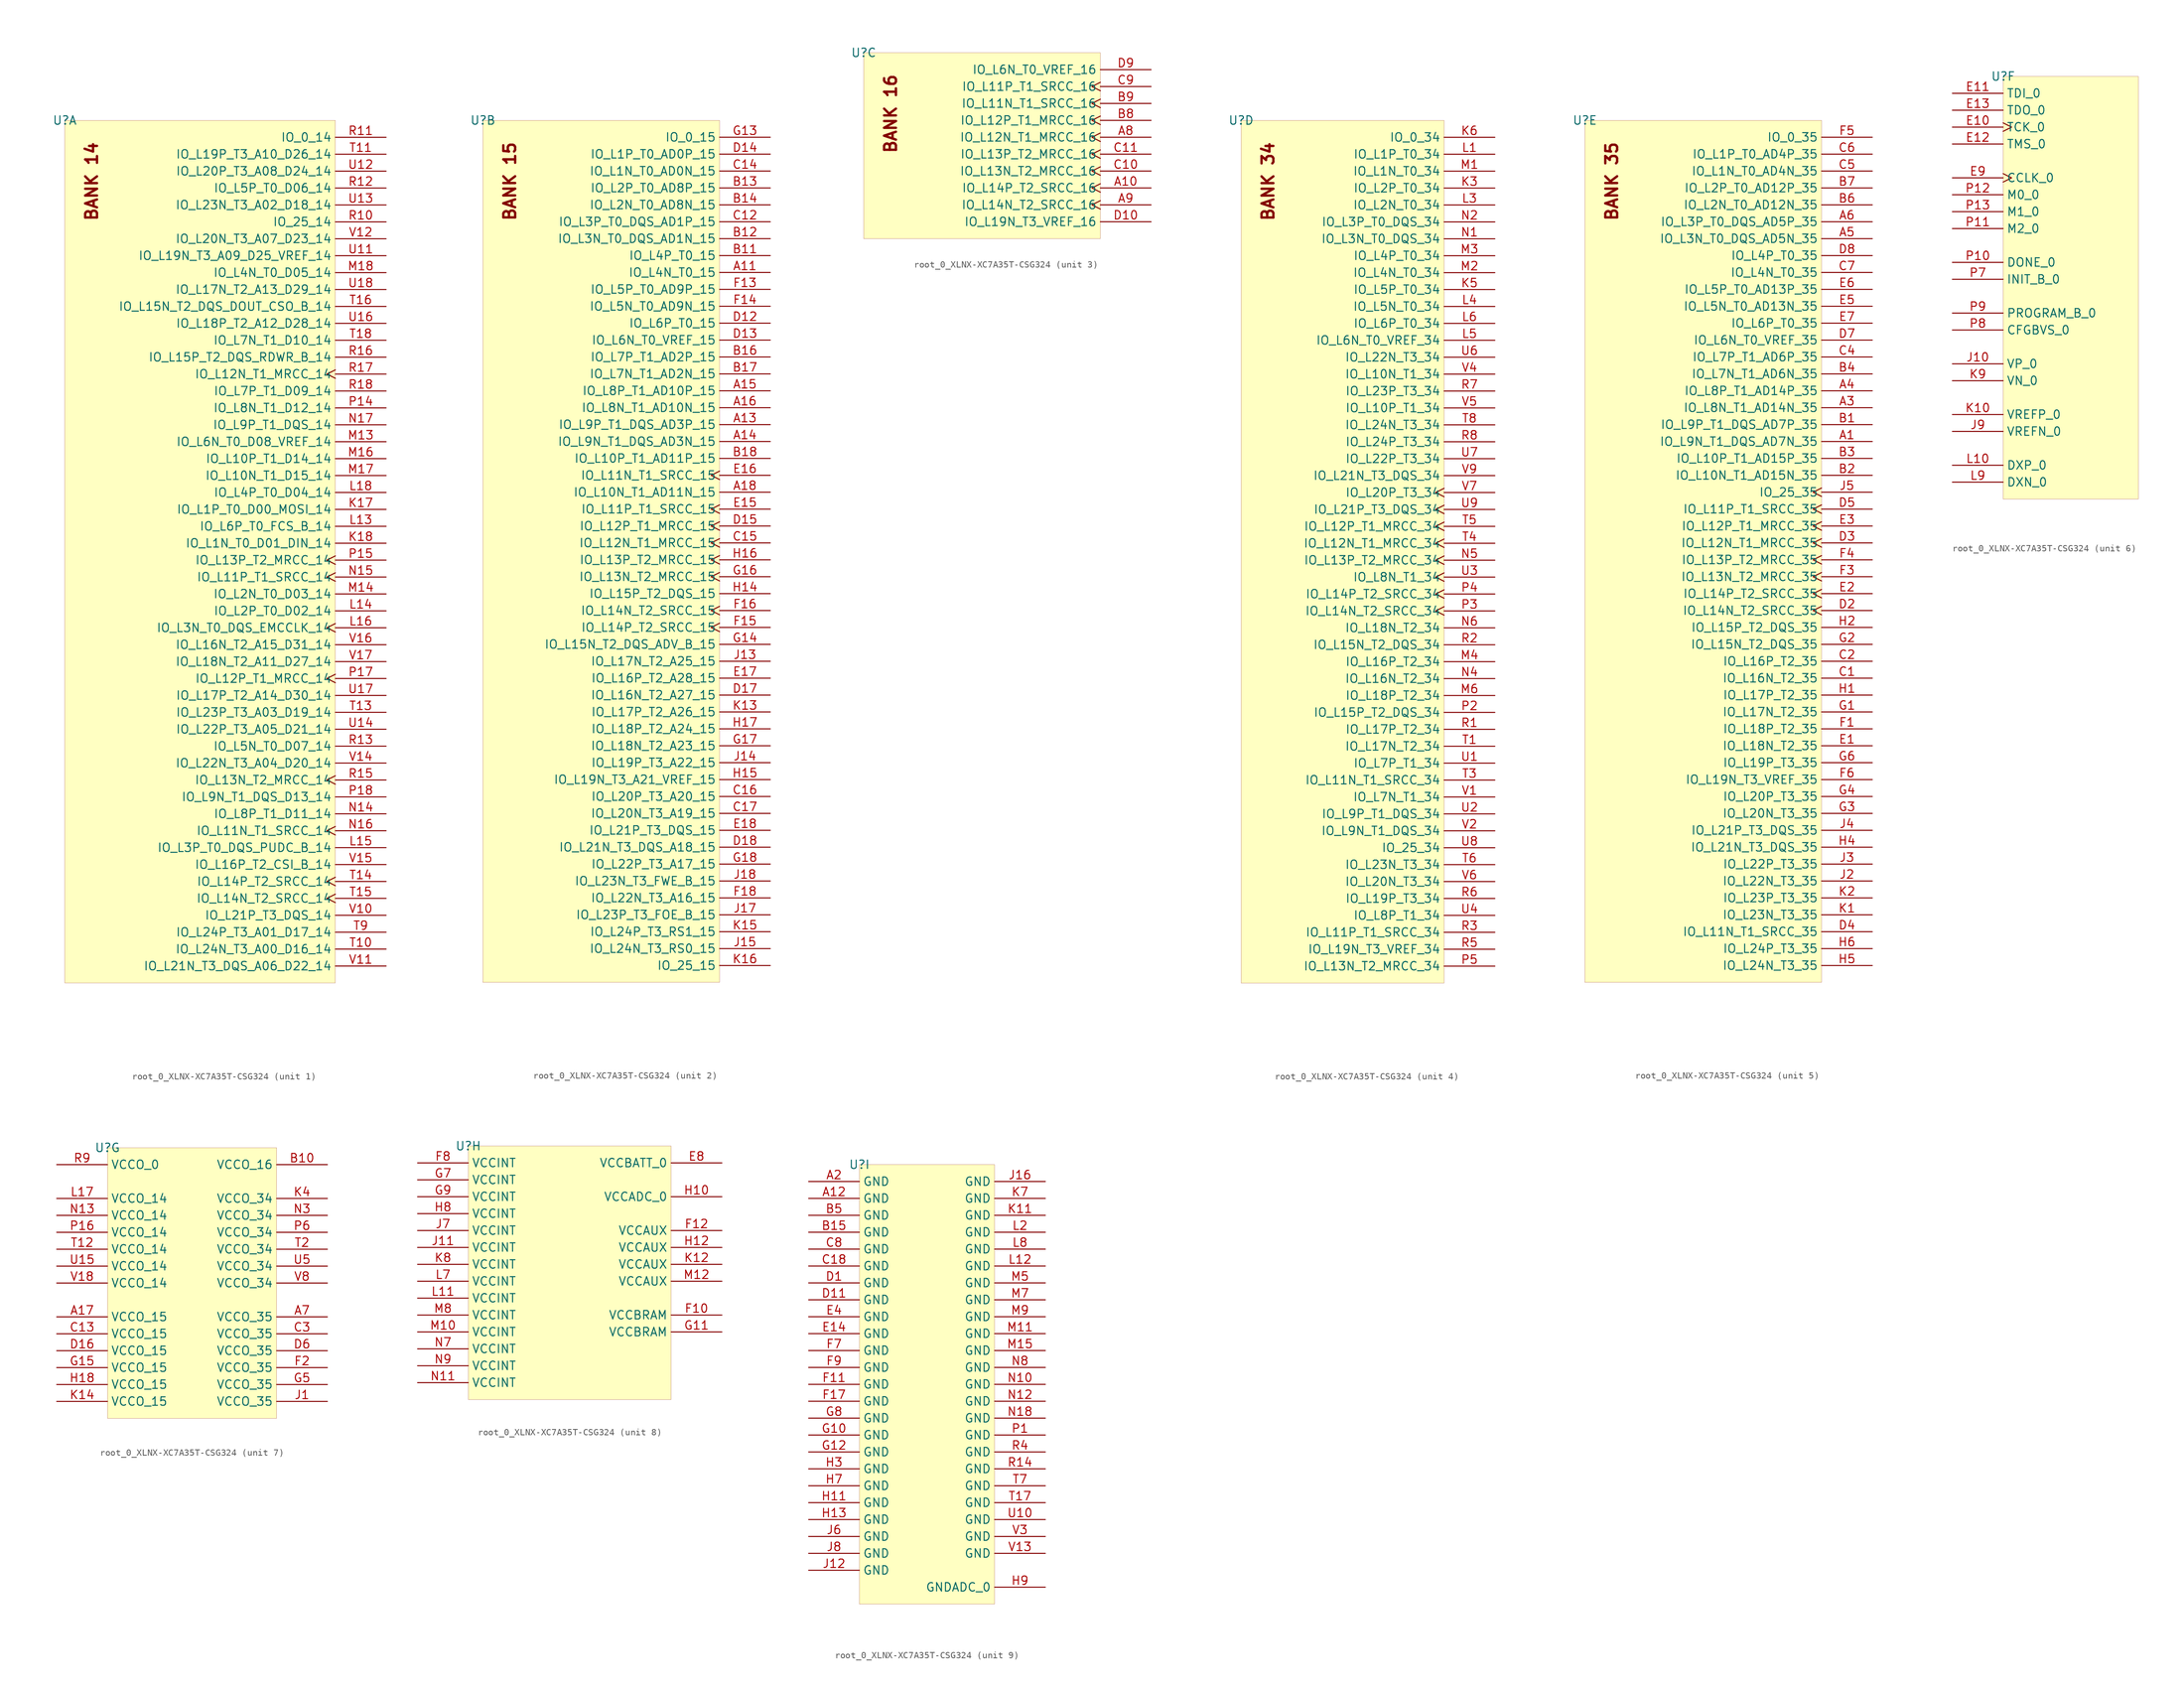
<source format=kicad_sym>
(kicad_symbol_lib
  (version 20231120)
  (generator "kicad_symbol_editor")
  (generator_version "8.0")
  (symbol "root_0_XLNX-XC7A35T-CSG324"
    (property "Reference" "U"
      (at 0 0 0)
      (effects (font (size 1.27 1.27))))
    (property "Value" ""
      (at 0 0 0)
      (effects (font (size 1.27 1.27))))
    (property "ki_locked" ""
      (at 0 0 0)
      (effects (font (size 1.27 1.27))))
    (symbol "root_0_XLNX-XC7A35T-CSG324_1_0"
      (rectangle (start 40.64 0) (end 0 -129.54) (stroke (width 0.025) (type solid) (color 128 0 0 1)) (fill (type background)))
      (text "BANK 14" (at 5.08 -15.24 900) (effects (font (size 1.778 1.778) (bold yes)) (justify left bottom)))
      (pin bidirectional line (at 48.26 -58.42 180) (length 7.62) (name "IO_L1P_T0_D00_MOSI_14" (effects (font (size 1.27 1.27)))) (number "K17" (effects (font (size 1.27 1.27)))))
      (pin bidirectional line (at 48.26 -63.5 180) (length 7.62) (name "IO_L1N_T0_D01_DIN_14" (effects (font (size 1.27 1.27)))) (number "K18" (effects (font (size 1.27 1.27)))))
      (pin bidirectional line (at 48.26 -60.96 180) (length 7.62) (name "IO_L6P_T0_FCS_B_14" (effects (font (size 1.27 1.27)))) (number "L13" (effects (font (size 1.27 1.27)))))
      (pin bidirectional line (at 48.26 -73.66 180) (length 7.62) (name "IO_L2P_T0_D02_14" (effects (font (size 1.27 1.27)))) (number "L14" (effects (font (size 1.27 1.27)))))
      (pin bidirectional line (at 48.26 -109.22 180) (length 7.62) (name "IO_L3P_T0_DQS_PUDC_B_14" (effects (font (size 1.27 1.27)))) (number "L15" (effects (font (size 1.27 1.27)))))
      (pin bidirectional clock (at 48.26 -76.2 180) (length 7.62) (name "IO_L3N_T0_DQS_EMCCLK_14" (effects (font (size 1.27 1.27)))) (number "L16" (effects (font (size 1.27 1.27)))))
      (pin bidirectional line (at 48.26 -55.88 180) (length 7.62) (name "IO_L4P_T0_D04_14" (effects (font (size 1.27 1.27)))) (number "L18" (effects (font (size 1.27 1.27)))))
      (pin bidirectional line (at 48.26 -48.26 180) (length 7.62) (name "IO_L6N_T0_D08_VREF_14" (effects (font (size 1.27 1.27)))) (number "M13" (effects (font (size 1.27 1.27)))))
      (pin bidirectional line (at 48.26 -71.12 180) (length 7.62) (name "IO_L2N_T0_D03_14" (effects (font (size 1.27 1.27)))) (number "M14" (effects (font (size 1.27 1.27)))))
      (pin bidirectional line (at 48.26 -50.8 180) (length 7.62) (name "IO_L10P_T1_D14_14" (effects (font (size 1.27 1.27)))) (number "M16" (effects (font (size 1.27 1.27)))))
      (pin bidirectional line (at 48.26 -53.34 180) (length 7.62) (name "IO_L10N_T1_D15_14" (effects (font (size 1.27 1.27)))) (number "M17" (effects (font (size 1.27 1.27)))))
      (pin bidirectional line (at 48.26 -22.86 180) (length 7.62) (name "IO_L4N_T0_D05_14" (effects (font (size 1.27 1.27)))) (number "M18" (effects (font (size 1.27 1.27)))))
      (pin bidirectional line (at 48.26 -104.14 180) (length 7.62) (name "IO_L8P_T1_D11_14" (effects (font (size 1.27 1.27)))) (number "N14" (effects (font (size 1.27 1.27)))))
      (pin bidirectional clock (at 48.26 -68.58 180) (length 7.62) (name "IO_L11P_T1_SRCC_14" (effects (font (size 1.27 1.27)))) (number "N15" (effects (font (size 1.27 1.27)))))
      (pin bidirectional clock (at 48.26 -106.68 180) (length 7.62) (name "IO_L11N_T1_SRCC_14" (effects (font (size 1.27 1.27)))) (number "N16" (effects (font (size 1.27 1.27)))))
      (pin bidirectional line (at 48.26 -45.72 180) (length 7.62) (name "IO_L9P_T1_DQS_14" (effects (font (size 1.27 1.27)))) (number "N17" (effects (font (size 1.27 1.27)))))
      (pin bidirectional line (at 48.26 -43.18 180) (length 7.62) (name "IO_L8N_T1_D12_14" (effects (font (size 1.27 1.27)))) (number "P14" (effects (font (size 1.27 1.27)))))
      (pin bidirectional clock (at 48.26 -66.04 180) (length 7.62) (name "IO_L13P_T2_MRCC_14" (effects (font (size 1.27 1.27)))) (number "P15" (effects (font (size 1.27 1.27)))))
      (pin bidirectional clock (at 48.26 -83.82 180) (length 7.62) (name "IO_L12P_T1_MRCC_14" (effects (font (size 1.27 1.27)))) (number "P17" (effects (font (size 1.27 1.27)))))
      (pin bidirectional line (at 48.26 -101.6 180) (length 7.62) (name "IO_L9N_T1_DQS_D13_14" (effects (font (size 1.27 1.27)))) (number "P18" (effects (font (size 1.27 1.27)))))
      (pin bidirectional line (at 48.26 -15.24 180) (length 7.62) (name "IO_25_14" (effects (font (size 1.27 1.27)))) (number "R10" (effects (font (size 1.27 1.27)))))
      (pin bidirectional line (at 48.26 -2.54 180) (length 7.62) (name "IO_0_14" (effects (font (size 1.27 1.27)))) (number "R11" (effects (font (size 1.27 1.27)))))
      (pin bidirectional line (at 48.26 -10.16 180) (length 7.62) (name "IO_L5P_T0_D06_14" (effects (font (size 1.27 1.27)))) (number "R12" (effects (font (size 1.27 1.27)))))
      (pin bidirectional line (at 48.26 -93.98 180) (length 7.62) (name "IO_L5N_T0_D07_14" (effects (font (size 1.27 1.27)))) (number "R13" (effects (font (size 1.27 1.27)))))
      (pin bidirectional clock (at 48.26 -99.06 180) (length 7.62) (name "IO_L13N_T2_MRCC_14" (effects (font (size 1.27 1.27)))) (number "R15" (effects (font (size 1.27 1.27)))))
      (pin bidirectional line (at 48.26 -35.56 180) (length 7.62) (name "IO_L15P_T2_DQS_RDWR_B_14" (effects (font (size 1.27 1.27)))) (number "R16" (effects (font (size 1.27 1.27)))))
      (pin bidirectional clock (at 48.26 -38.1 180) (length 7.62) (name "IO_L12N_T1_MRCC_14" (effects (font (size 1.27 1.27)))) (number "R17" (effects (font (size 1.27 1.27)))))
      (pin bidirectional line (at 48.26 -40.64 180) (length 7.62) (name "IO_L7P_T1_D09_14" (effects (font (size 1.27 1.27)))) (number "R18" (effects (font (size 1.27 1.27)))))
      (pin bidirectional line (at 48.26 -124.46 180) (length 7.62) (name "IO_L24N_T3_A00_D16_14" (effects (font (size 1.27 1.27)))) (number "T10" (effects (font (size 1.27 1.27)))))
      (pin bidirectional line (at 48.26 -5.08 180) (length 7.62) (name "IO_L19P_T3_A10_D26_14" (effects (font (size 1.27 1.27)))) (number "T11" (effects (font (size 1.27 1.27)))))
      (pin bidirectional line (at 48.26 -88.9 180) (length 7.62) (name "IO_L23P_T3_A03_D19_14" (effects (font (size 1.27 1.27)))) (number "T13" (effects (font (size 1.27 1.27)))))
      (pin bidirectional clock (at 48.26 -114.3 180) (length 7.62) (name "IO_L14P_T2_SRCC_14" (effects (font (size 1.27 1.27)))) (number "T14" (effects (font (size 1.27 1.27)))))
      (pin bidirectional clock (at 48.26 -116.84 180) (length 7.62) (name "IO_L14N_T2_SRCC_14" (effects (font (size 1.27 1.27)))) (number "T15" (effects (font (size 1.27 1.27)))))
      (pin bidirectional line (at 48.26 -27.94 180) (length 7.62) (name "IO_L15N_T2_DQS_DOUT_CSO_B_14" (effects (font (size 1.27 1.27)))) (number "T16" (effects (font (size 1.27 1.27)))))
      (pin bidirectional line (at 48.26 -33.02 180) (length 7.62) (name "IO_L7N_T1_D10_14" (effects (font (size 1.27 1.27)))) (number "T18" (effects (font (size 1.27 1.27)))))
      (pin bidirectional line (at 48.26 -121.92 180) (length 7.62) (name "IO_L24P_T3_A01_D17_14" (effects (font (size 1.27 1.27)))) (number "T9" (effects (font (size 1.27 1.27)))))
      (pin bidirectional line (at 48.26 -20.32 180) (length 7.62) (name "IO_L19N_T3_A09_D25_VREF_14" (effects (font (size 1.27 1.27)))) (number "U11" (effects (font (size 1.27 1.27)))))
      (pin bidirectional line (at 48.26 -7.62 180) (length 7.62) (name "IO_L20P_T3_A08_D24_14" (effects (font (size 1.27 1.27)))) (number "U12" (effects (font (size 1.27 1.27)))))
      (pin bidirectional line (at 48.26 -12.7 180) (length 7.62) (name "IO_L23N_T3_A02_D18_14" (effects (font (size 1.27 1.27)))) (number "U13" (effects (font (size 1.27 1.27)))))
      (pin bidirectional line (at 48.26 -91.44 180) (length 7.62) (name "IO_L22P_T3_A05_D21_14" (effects (font (size 1.27 1.27)))) (number "U14" (effects (font (size 1.27 1.27)))))
      (pin bidirectional line (at 48.26 -30.48 180) (length 7.62) (name "IO_L18P_T2_A12_D28_14" (effects (font (size 1.27 1.27)))) (number "U16" (effects (font (size 1.27 1.27)))))
      (pin bidirectional line (at 48.26 -86.36 180) (length 7.62) (name "IO_L17P_T2_A14_D30_14" (effects (font (size 1.27 1.27)))) (number "U17" (effects (font (size 1.27 1.27)))))
      (pin bidirectional line (at 48.26 -25.4 180) (length 7.62) (name "IO_L17N_T2_A13_D29_14" (effects (font (size 1.27 1.27)))) (number "U18" (effects (font (size 1.27 1.27)))))
      (pin bidirectional line (at 48.26 -119.38 180) (length 7.62) (name "IO_L21P_T3_DQS_14" (effects (font (size 1.27 1.27)))) (number "V10" (effects (font (size 1.27 1.27)))))
      (pin bidirectional line (at 48.26 -127 180) (length 7.62) (name "IO_L21N_T3_DQS_A06_D22_14" (effects (font (size 1.27 1.27)))) (number "V11" (effects (font (size 1.27 1.27)))))
      (pin bidirectional line (at 48.26 -17.78 180) (length 7.62) (name "IO_L20N_T3_A07_D23_14" (effects (font (size 1.27 1.27)))) (number "V12" (effects (font (size 1.27 1.27)))))
      (pin bidirectional line (at 48.26 -96.52 180) (length 7.62) (name "IO_L22N_T3_A04_D20_14" (effects (font (size 1.27 1.27)))) (number "V14" (effects (font (size 1.27 1.27)))))
      (pin bidirectional line (at 48.26 -111.76 180) (length 7.62) (name "IO_L16P_T2_CSI_B_14" (effects (font (size 1.27 1.27)))) (number "V15" (effects (font (size 1.27 1.27)))))
      (pin bidirectional line (at 48.26 -78.74 180) (length 7.62) (name "IO_L16N_T2_A15_D31_14" (effects (font (size 1.27 1.27)))) (number "V16" (effects (font (size 1.27 1.27)))))
      (pin bidirectional line (at 48.26 -81.28 180) (length 7.62) (name "IO_L18N_T2_A11_D27_14" (effects (font (size 1.27 1.27)))) (number "V17" (effects (font (size 1.27 1.27))))))
    (symbol "root_0_XLNX-XC7A35T-CSG324_2_0"
      (rectangle (start 35.56 0) (end 0 -129.54) (stroke (width 0.025) (type solid) (color 128 0 0 1)) (fill (type background)))
      (text "BANK 15" (at 5.08 -15.24 900) (effects (font (size 1.778 1.778) (bold yes)) (justify left bottom)))
      (pin bidirectional line (at 43.18 -22.86 180) (length 7.62) (name "IO_L4N_T0_15" (effects (font (size 1.27 1.27)))) (number "A11" (effects (font (size 1.27 1.27)))))
      (pin bidirectional line (at 43.18 -45.72 180) (length 7.62) (name "IO_L9P_T1_DQS_AD3P_15" (effects (font (size 1.27 1.27)))) (number "A13" (effects (font (size 1.27 1.27)))))
      (pin bidirectional line (at 43.18 -48.26 180) (length 7.62) (name "IO_L9N_T1_DQS_AD3N_15" (effects (font (size 1.27 1.27)))) (number "A14" (effects (font (size 1.27 1.27)))))
      (pin bidirectional line (at 43.18 -40.64 180) (length 7.62) (name "IO_L8P_T1_AD10P_15" (effects (font (size 1.27 1.27)))) (number "A15" (effects (font (size 1.27 1.27)))))
      (pin bidirectional line (at 43.18 -43.18 180) (length 7.62) (name "IO_L8N_T1_AD10N_15" (effects (font (size 1.27 1.27)))) (number "A16" (effects (font (size 1.27 1.27)))))
      (pin bidirectional line (at 43.18 -55.88 180) (length 7.62) (name "IO_L10N_T1_AD11N_15" (effects (font (size 1.27 1.27)))) (number "A18" (effects (font (size 1.27 1.27)))))
      (pin bidirectional line (at 43.18 -20.32 180) (length 7.62) (name "IO_L4P_T0_15" (effects (font (size 1.27 1.27)))) (number "B11" (effects (font (size 1.27 1.27)))))
      (pin bidirectional line (at 43.18 -17.78 180) (length 7.62) (name "IO_L3N_T0_DQS_AD1N_15" (effects (font (size 1.27 1.27)))) (number "B12" (effects (font (size 1.27 1.27)))))
      (pin bidirectional line (at 43.18 -10.16 180) (length 7.62) (name "IO_L2P_T0_AD8P_15" (effects (font (size 1.27 1.27)))) (number "B13" (effects (font (size 1.27 1.27)))))
      (pin bidirectional line (at 43.18 -12.7 180) (length 7.62) (name "IO_L2N_T0_AD8N_15" (effects (font (size 1.27 1.27)))) (number "B14" (effects (font (size 1.27 1.27)))))
      (pin bidirectional line (at 43.18 -35.56 180) (length 7.62) (name "IO_L7P_T1_AD2P_15" (effects (font (size 1.27 1.27)))) (number "B16" (effects (font (size 1.27 1.27)))))
      (pin bidirectional line (at 43.18 -38.1 180) (length 7.62) (name "IO_L7N_T1_AD2N_15" (effects (font (size 1.27 1.27)))) (number "B17" (effects (font (size 1.27 1.27)))))
      (pin bidirectional line (at 43.18 -50.8 180) (length 7.62) (name "IO_L10P_T1_AD11P_15" (effects (font (size 1.27 1.27)))) (number "B18" (effects (font (size 1.27 1.27)))))
      (pin bidirectional line (at 43.18 -15.24 180) (length 7.62) (name "IO_L3P_T0_DQS_AD1P_15" (effects (font (size 1.27 1.27)))) (number "C12" (effects (font (size 1.27 1.27)))))
      (pin bidirectional line (at 43.18 -7.62 180) (length 7.62) (name "IO_L1N_T0_AD0N_15" (effects (font (size 1.27 1.27)))) (number "C14" (effects (font (size 1.27 1.27)))))
      (pin bidirectional clock (at 43.18 -63.5 180) (length 7.62) (name "IO_L12N_T1_MRCC_15" (effects (font (size 1.27 1.27)))) (number "C15" (effects (font (size 1.27 1.27)))))
      (pin bidirectional line (at 43.18 -101.6 180) (length 7.62) (name "IO_L20P_T3_A20_15" (effects (font (size 1.27 1.27)))) (number "C16" (effects (font (size 1.27 1.27)))))
      (pin bidirectional line (at 43.18 -104.14 180) (length 7.62) (name "IO_L20N_T3_A19_15" (effects (font (size 1.27 1.27)))) (number "C17" (effects (font (size 1.27 1.27)))))
      (pin bidirectional line (at 43.18 -30.48 180) (length 7.62) (name "IO_L6P_T0_15" (effects (font (size 1.27 1.27)))) (number "D12" (effects (font (size 1.27 1.27)))))
      (pin bidirectional line (at 43.18 -33.02 180) (length 7.62) (name "IO_L6N_T0_VREF_15" (effects (font (size 1.27 1.27)))) (number "D13" (effects (font (size 1.27 1.27)))))
      (pin bidirectional line (at 43.18 -5.08 180) (length 7.62) (name "IO_L1P_T0_AD0P_15" (effects (font (size 1.27 1.27)))) (number "D14" (effects (font (size 1.27 1.27)))))
      (pin bidirectional clock (at 43.18 -60.96 180) (length 7.62) (name "IO_L12P_T1_MRCC_15" (effects (font (size 1.27 1.27)))) (number "D15" (effects (font (size 1.27 1.27)))))
      (pin bidirectional line (at 43.18 -86.36 180) (length 7.62) (name "IO_L16N_T2_A27_15" (effects (font (size 1.27 1.27)))) (number "D17" (effects (font (size 1.27 1.27)))))
      (pin bidirectional line (at 43.18 -109.22 180) (length 7.62) (name "IO_L21N_T3_DQS_A18_15" (effects (font (size 1.27 1.27)))) (number "D18" (effects (font (size 1.27 1.27)))))
      (pin bidirectional clock (at 43.18 -58.42 180) (length 7.62) (name "IO_L11P_T1_SRCC_15" (effects (font (size 1.27 1.27)))) (number "E15" (effects (font (size 1.27 1.27)))))
      (pin bidirectional clock (at 43.18 -53.34 180) (length 7.62) (name "IO_L11N_T1_SRCC_15" (effects (font (size 1.27 1.27)))) (number "E16" (effects (font (size 1.27 1.27)))))
      (pin bidirectional line (at 43.18 -83.82 180) (length 7.62) (name "IO_L16P_T2_A28_15" (effects (font (size 1.27 1.27)))) (number "E17" (effects (font (size 1.27 1.27)))))
      (pin bidirectional line (at 43.18 -106.68 180) (length 7.62) (name "IO_L21P_T3_DQS_15" (effects (font (size 1.27 1.27)))) (number "E18" (effects (font (size 1.27 1.27)))))
      (pin bidirectional line (at 43.18 -25.4 180) (length 7.62) (name "IO_L5P_T0_AD9P_15" (effects (font (size 1.27 1.27)))) (number "F13" (effects (font (size 1.27 1.27)))))
      (pin bidirectional line (at 43.18 -27.94 180) (length 7.62) (name "IO_L5N_T0_AD9N_15" (effects (font (size 1.27 1.27)))) (number "F14" (effects (font (size 1.27 1.27)))))
      (pin bidirectional clock (at 43.18 -76.2 180) (length 7.62) (name "IO_L14P_T2_SRCC_15" (effects (font (size 1.27 1.27)))) (number "F15" (effects (font (size 1.27 1.27)))))
      (pin bidirectional clock (at 43.18 -73.66 180) (length 7.62) (name "IO_L14N_T2_SRCC_15" (effects (font (size 1.27 1.27)))) (number "F16" (effects (font (size 1.27 1.27)))))
      (pin bidirectional line (at 43.18 -116.84 180) (length 7.62) (name "IO_L22N_T3_A16_15" (effects (font (size 1.27 1.27)))) (number "F18" (effects (font (size 1.27 1.27)))))
      (pin bidirectional line (at 43.18 -2.54 180) (length 7.62) (name "IO_0_15" (effects (font (size 1.27 1.27)))) (number "G13" (effects (font (size 1.27 1.27)))))
      (pin bidirectional line (at 43.18 -78.74 180) (length 7.62) (name "IO_L15N_T2_DQS_ADV_B_15" (effects (font (size 1.27 1.27)))) (number "G14" (effects (font (size 1.27 1.27)))))
      (pin bidirectional clock (at 43.18 -68.58 180) (length 7.62) (name "IO_L13N_T2_MRCC_15" (effects (font (size 1.27 1.27)))) (number "G16" (effects (font (size 1.27 1.27)))))
      (pin bidirectional line (at 43.18 -93.98 180) (length 7.62) (name "IO_L18N_T2_A23_15" (effects (font (size 1.27 1.27)))) (number "G17" (effects (font (size 1.27 1.27)))))
      (pin bidirectional line (at 43.18 -111.76 180) (length 7.62) (name "IO_L22P_T3_A17_15" (effects (font (size 1.27 1.27)))) (number "G18" (effects (font (size 1.27 1.27)))))
      (pin bidirectional line (at 43.18 -71.12 180) (length 7.62) (name "IO_L15P_T2_DQS_15" (effects (font (size 1.27 1.27)))) (number "H14" (effects (font (size 1.27 1.27)))))
      (pin bidirectional line (at 43.18 -99.06 180) (length 7.62) (name "IO_L19N_T3_A21_VREF_15" (effects (font (size 1.27 1.27)))) (number "H15" (effects (font (size 1.27 1.27)))))
      (pin bidirectional clock (at 43.18 -66.04 180) (length 7.62) (name "IO_L13P_T2_MRCC_15" (effects (font (size 1.27 1.27)))) (number "H16" (effects (font (size 1.27 1.27)))))
      (pin bidirectional line (at 43.18 -91.44 180) (length 7.62) (name "IO_L18P_T2_A24_15" (effects (font (size 1.27 1.27)))) (number "H17" (effects (font (size 1.27 1.27)))))
      (pin bidirectional line (at 43.18 -81.28 180) (length 7.62) (name "IO_L17N_T2_A25_15" (effects (font (size 1.27 1.27)))) (number "J13" (effects (font (size 1.27 1.27)))))
      (pin bidirectional line (at 43.18 -96.52 180) (length 7.62) (name "IO_L19P_T3_A22_15" (effects (font (size 1.27 1.27)))) (number "J14" (effects (font (size 1.27 1.27)))))
      (pin bidirectional line (at 43.18 -124.46 180) (length 7.62) (name "IO_L24N_T3_RS0_15" (effects (font (size 1.27 1.27)))) (number "J15" (effects (font (size 1.27 1.27)))))
      (pin bidirectional line (at 43.18 -119.38 180) (length 7.62) (name "IO_L23P_T3_FOE_B_15" (effects (font (size 1.27 1.27)))) (number "J17" (effects (font (size 1.27 1.27)))))
      (pin bidirectional line (at 43.18 -114.3 180) (length 7.62) (name "IO_L23N_T3_FWE_B_15" (effects (font (size 1.27 1.27)))) (number "J18" (effects (font (size 1.27 1.27)))))
      (pin bidirectional line (at 43.18 -88.9 180) (length 7.62) (name "IO_L17P_T2_A26_15" (effects (font (size 1.27 1.27)))) (number "K13" (effects (font (size 1.27 1.27)))))
      (pin bidirectional line (at 43.18 -121.92 180) (length 7.62) (name "IO_L24P_T3_RS1_15" (effects (font (size 1.27 1.27)))) (number "K15" (effects (font (size 1.27 1.27)))))
      (pin bidirectional line (at 43.18 -127 180) (length 7.62) (name "IO_25_15" (effects (font (size 1.27 1.27)))) (number "K16" (effects (font (size 1.27 1.27))))))
    (symbol "root_0_XLNX-XC7A35T-CSG324_3_0"
      (rectangle (start 35.56 0) (end 0 -27.94) (stroke (width 0.025) (type solid) (color 128 0 0 1)) (fill (type background)))
      (text "BANK 16" (at 5.08 -15.24 900) (effects (font (size 1.778 1.778) (bold yes)) (justify left bottom)))
      (pin bidirectional clock (at 43.18 -20.32 180) (length 7.62) (name "IO_L14P_T2_SRCC_16" (effects (font (size 1.27 1.27)))) (number "A10" (effects (font (size 1.27 1.27)))))
      (pin bidirectional clock (at 43.18 -12.7 180) (length 7.62) (name "IO_L12N_T1_MRCC_16" (effects (font (size 1.27 1.27)))) (number "A8" (effects (font (size 1.27 1.27)))))
      (pin bidirectional clock (at 43.18 -22.86 180) (length 7.62) (name "IO_L14N_T2_SRCC_16" (effects (font (size 1.27 1.27)))) (number "A9" (effects (font (size 1.27 1.27)))))
      (pin bidirectional clock (at 43.18 -10.16 180) (length 7.62) (name "IO_L12P_T1_MRCC_16" (effects (font (size 1.27 1.27)))) (number "B8" (effects (font (size 1.27 1.27)))))
      (pin bidirectional clock (at 43.18 -7.62 180) (length 7.62) (name "IO_L11N_T1_SRCC_16" (effects (font (size 1.27 1.27)))) (number "B9" (effects (font (size 1.27 1.27)))))
      (pin bidirectional clock (at 43.18 -17.78 180) (length 7.62) (name "IO_L13N_T2_MRCC_16" (effects (font (size 1.27 1.27)))) (number "C10" (effects (font (size 1.27 1.27)))))
      (pin bidirectional clock (at 43.18 -15.24 180) (length 7.62) (name "IO_L13P_T2_MRCC_16" (effects (font (size 1.27 1.27)))) (number "C11" (effects (font (size 1.27 1.27)))))
      (pin bidirectional clock (at 43.18 -5.08 180) (length 7.62) (name "IO_L11P_T1_SRCC_16" (effects (font (size 1.27 1.27)))) (number "C9" (effects (font (size 1.27 1.27)))))
      (pin bidirectional line (at 43.18 -25.4 180) (length 7.62) (name "IO_L19N_T3_VREF_16" (effects (font (size 1.27 1.27)))) (number "D10" (effects (font (size 1.27 1.27)))))
      (pin bidirectional line (at 43.18 -2.54 180) (length 7.62) (name "IO_L6N_T0_VREF_16" (effects (font (size 1.27 1.27)))) (number "D9" (effects (font (size 1.27 1.27))))))
    (symbol "root_0_XLNX-XC7A35T-CSG324_4_0"
      (rectangle (start 30.48 0) (end 0 -129.54) (stroke (width 0.025) (type solid) (color 128 0 0 1)) (fill (type background)))
      (text "BANK 34" (at 5.08 -15.24 900) (effects (font (size 1.778 1.778) (bold yes)) (justify left bottom)))
      (pin bidirectional line (at 38.1 -10.16 180) (length 7.62) (name "IO_L2P_T0_34" (effects (font (size 1.27 1.27)))) (number "K3" (effects (font (size 1.27 1.27)))))
      (pin bidirectional line (at 38.1 -25.4 180) (length 7.62) (name "IO_L5P_T0_34" (effects (font (size 1.27 1.27)))) (number "K5" (effects (font (size 1.27 1.27)))))
      (pin bidirectional line (at 38.1 -2.54 180) (length 7.62) (name "IO_0_34" (effects (font (size 1.27 1.27)))) (number "K6" (effects (font (size 1.27 1.27)))))
      (pin bidirectional line (at 38.1 -5.08 180) (length 7.62) (name "IO_L1P_T0_34" (effects (font (size 1.27 1.27)))) (number "L1" (effects (font (size 1.27 1.27)))))
      (pin bidirectional line (at 38.1 -12.7 180) (length 7.62) (name "IO_L2N_T0_34" (effects (font (size 1.27 1.27)))) (number "L3" (effects (font (size 1.27 1.27)))))
      (pin bidirectional line (at 38.1 -27.94 180) (length 7.62) (name "IO_L5N_T0_34" (effects (font (size 1.27 1.27)))) (number "L4" (effects (font (size 1.27 1.27)))))
      (pin bidirectional line (at 38.1 -33.02 180) (length 7.62) (name "IO_L6N_T0_VREF_34" (effects (font (size 1.27 1.27)))) (number "L5" (effects (font (size 1.27 1.27)))))
      (pin bidirectional line (at 38.1 -30.48 180) (length 7.62) (name "IO_L6P_T0_34" (effects (font (size 1.27 1.27)))) (number "L6" (effects (font (size 1.27 1.27)))))
      (pin bidirectional line (at 38.1 -7.62 180) (length 7.62) (name "IO_L1N_T0_34" (effects (font (size 1.27 1.27)))) (number "M1" (effects (font (size 1.27 1.27)))))
      (pin bidirectional line (at 38.1 -22.86 180) (length 7.62) (name "IO_L4N_T0_34" (effects (font (size 1.27 1.27)))) (number "M2" (effects (font (size 1.27 1.27)))))
      (pin bidirectional line (at 38.1 -20.32 180) (length 7.62) (name "IO_L4P_T0_34" (effects (font (size 1.27 1.27)))) (number "M3" (effects (font (size 1.27 1.27)))))
      (pin bidirectional line (at 38.1 -81.28 180) (length 7.62) (name "IO_L16P_T2_34" (effects (font (size 1.27 1.27)))) (number "M4" (effects (font (size 1.27 1.27)))))
      (pin bidirectional line (at 38.1 -86.36 180) (length 7.62) (name "IO_L18P_T2_34" (effects (font (size 1.27 1.27)))) (number "M6" (effects (font (size 1.27 1.27)))))
      (pin bidirectional line (at 38.1 -17.78 180) (length 7.62) (name "IO_L3N_T0_DQS_34" (effects (font (size 1.27 1.27)))) (number "N1" (effects (font (size 1.27 1.27)))))
      (pin bidirectional line (at 38.1 -15.24 180) (length 7.62) (name "IO_L3P_T0_DQS_34" (effects (font (size 1.27 1.27)))) (number "N2" (effects (font (size 1.27 1.27)))))
      (pin bidirectional line (at 38.1 -83.82 180) (length 7.62) (name "IO_L16N_T2_34" (effects (font (size 1.27 1.27)))) (number "N4" (effects (font (size 1.27 1.27)))))
      (pin bidirectional clock (at 38.1 -66.04 180) (length 7.62) (name "IO_L13P_T2_MRCC_34" (effects (font (size 1.27 1.27)))) (number "N5" (effects (font (size 1.27 1.27)))))
      (pin bidirectional line (at 38.1 -76.2 180) (length 7.62) (name "IO_L18N_T2_34" (effects (font (size 1.27 1.27)))) (number "N6" (effects (font (size 1.27 1.27)))))
      (pin bidirectional line (at 38.1 -88.9 180) (length 7.62) (name "IO_L15P_T2_DQS_34" (effects (font (size 1.27 1.27)))) (number "P2" (effects (font (size 1.27 1.27)))))
      (pin bidirectional clock (at 38.1 -73.66 180) (length 7.62) (name "IO_L14N_T2_SRCC_34" (effects (font (size 1.27 1.27)))) (number "P3" (effects (font (size 1.27 1.27)))))
      (pin bidirectional clock (at 38.1 -71.12 180) (length 7.62) (name "IO_L14P_T2_SRCC_34" (effects (font (size 1.27 1.27)))) (number "P4" (effects (font (size 1.27 1.27)))))
      (pin bidirectional line (at 38.1 -127 180) (length 7.62) (name "IO_L13N_T2_MRCC_34" (effects (font (size 1.27 1.27)))) (number "P5" (effects (font (size 1.27 1.27)))))
      (pin bidirectional line (at 38.1 -91.44 180) (length 7.62) (name "IO_L17P_T2_34" (effects (font (size 1.27 1.27)))) (number "R1" (effects (font (size 1.27 1.27)))))
      (pin bidirectional line (at 38.1 -78.74 180) (length 7.62) (name "IO_L15N_T2_DQS_34" (effects (font (size 1.27 1.27)))) (number "R2" (effects (font (size 1.27 1.27)))))
      (pin bidirectional line (at 38.1 -121.92 180) (length 7.62) (name "IO_L11P_T1_SRCC_34" (effects (font (size 1.27 1.27)))) (number "R3" (effects (font (size 1.27 1.27)))))
      (pin bidirectional line (at 38.1 -124.46 180) (length 7.62) (name "IO_L19N_T3_VREF_34" (effects (font (size 1.27 1.27)))) (number "R5" (effects (font (size 1.27 1.27)))))
      (pin bidirectional line (at 38.1 -116.84 180) (length 7.62) (name "IO_L19P_T3_34" (effects (font (size 1.27 1.27)))) (number "R6" (effects (font (size 1.27 1.27)))))
      (pin bidirectional line (at 38.1 -40.64 180) (length 7.62) (name "IO_L23P_T3_34" (effects (font (size 1.27 1.27)))) (number "R7" (effects (font (size 1.27 1.27)))))
      (pin bidirectional line (at 38.1 -48.26 180) (length 7.62) (name "IO_L24P_T3_34" (effects (font (size 1.27 1.27)))) (number "R8" (effects (font (size 1.27 1.27)))))
      (pin bidirectional line (at 38.1 -93.98 180) (length 7.62) (name "IO_L17N_T2_34" (effects (font (size 1.27 1.27)))) (number "T1" (effects (font (size 1.27 1.27)))))
      (pin bidirectional line (at 38.1 -99.06 180) (length 7.62) (name "IO_L11N_T1_SRCC_34" (effects (font (size 1.27 1.27)))) (number "T3" (effects (font (size 1.27 1.27)))))
      (pin bidirectional clock (at 38.1 -63.5 180) (length 7.62) (name "IO_L12N_T1_MRCC_34" (effects (font (size 1.27 1.27)))) (number "T4" (effects (font (size 1.27 1.27)))))
      (pin bidirectional clock (at 38.1 -60.96 180) (length 7.62) (name "IO_L12P_T1_MRCC_34" (effects (font (size 1.27 1.27)))) (number "T5" (effects (font (size 1.27 1.27)))))
      (pin bidirectional line (at 38.1 -111.76 180) (length 7.62) (name "IO_L23N_T3_34" (effects (font (size 1.27 1.27)))) (number "T6" (effects (font (size 1.27 1.27)))))
      (pin bidirectional line (at 38.1 -45.72 180) (length 7.62) (name "IO_L24N_T3_34" (effects (font (size 1.27 1.27)))) (number "T8" (effects (font (size 1.27 1.27)))))
      (pin bidirectional line (at 38.1 -96.52 180) (length 7.62) (name "IO_L7P_T1_34" (effects (font (size 1.27 1.27)))) (number "U1" (effects (font (size 1.27 1.27)))))
      (pin bidirectional line (at 38.1 -104.14 180) (length 7.62) (name "IO_L9P_T1_DQS_34" (effects (font (size 1.27 1.27)))) (number "U2" (effects (font (size 1.27 1.27)))))
      (pin bidirectional clock (at 38.1 -68.58 180) (length 7.62) (name "IO_L8N_T1_34" (effects (font (size 1.27 1.27)))) (number "U3" (effects (font (size 1.27 1.27)))))
      (pin bidirectional line (at 38.1 -119.38 180) (length 7.62) (name "IO_L8P_T1_34" (effects (font (size 1.27 1.27)))) (number "U4" (effects (font (size 1.27 1.27)))))
      (pin bidirectional line (at 38.1 -35.56 180) (length 7.62) (name "IO_L22N_T3_34" (effects (font (size 1.27 1.27)))) (number "U6" (effects (font (size 1.27 1.27)))))
      (pin bidirectional line (at 38.1 -50.8 180) (length 7.62) (name "IO_L22P_T3_34" (effects (font (size 1.27 1.27)))) (number "U7" (effects (font (size 1.27 1.27)))))
      (pin bidirectional line (at 38.1 -109.22 180) (length 7.62) (name "IO_25_34" (effects (font (size 1.27 1.27)))) (number "U8" (effects (font (size 1.27 1.27)))))
      (pin bidirectional clock (at 38.1 -58.42 180) (length 7.62) (name "IO_L21P_T3_DQS_34" (effects (font (size 1.27 1.27)))) (number "U9" (effects (font (size 1.27 1.27)))))
      (pin bidirectional line (at 38.1 -101.6 180) (length 7.62) (name "IO_L7N_T1_34" (effects (font (size 1.27 1.27)))) (number "V1" (effects (font (size 1.27 1.27)))))
      (pin bidirectional line (at 38.1 -106.68 180) (length 7.62) (name "IO_L9N_T1_DQS_34" (effects (font (size 1.27 1.27)))) (number "V2" (effects (font (size 1.27 1.27)))))
      (pin bidirectional line (at 38.1 -38.1 180) (length 7.62) (name "IO_L10N_T1_34" (effects (font (size 1.27 1.27)))) (number "V4" (effects (font (size 1.27 1.27)))))
      (pin bidirectional line (at 38.1 -43.18 180) (length 7.62) (name "IO_L10P_T1_34" (effects (font (size 1.27 1.27)))) (number "V5" (effects (font (size 1.27 1.27)))))
      (pin bidirectional line (at 38.1 -114.3 180) (length 7.62) (name "IO_L20N_T3_34" (effects (font (size 1.27 1.27)))) (number "V6" (effects (font (size 1.27 1.27)))))
      (pin bidirectional clock (at 38.1 -55.88 180) (length 7.62) (name "IO_L20P_T3_34" (effects (font (size 1.27 1.27)))) (number "V7" (effects (font (size 1.27 1.27)))))
      (pin bidirectional line (at 38.1 -53.34 180) (length 7.62) (name "IO_L21N_T3_DQS_34" (effects (font (size 1.27 1.27)))) (number "V9" (effects (font (size 1.27 1.27))))))
    (symbol "root_0_XLNX-XC7A35T-CSG324_5_0"
      (rectangle (start 35.56 0) (end 0 -129.54) (stroke (width 0.025) (type solid) (color 128 0 0 1)) (fill (type background)))
      (text "BANK 35" (at 5.08 -15.24 900) (effects (font (size 1.778 1.778) (bold yes)) (justify left bottom)))
      (pin bidirectional line (at 43.18 -48.26 180) (length 7.62) (name "IO_L9N_T1_DQS_AD7N_35" (effects (font (size 1.27 1.27)))) (number "A1" (effects (font (size 1.27 1.27)))))
      (pin bidirectional line (at 43.18 -43.18 180) (length 7.62) (name "IO_L8N_T1_AD14N_35" (effects (font (size 1.27 1.27)))) (number "A3" (effects (font (size 1.27 1.27)))))
      (pin bidirectional line (at 43.18 -40.64 180) (length 7.62) (name "IO_L8P_T1_AD14P_35" (effects (font (size 1.27 1.27)))) (number "A4" (effects (font (size 1.27 1.27)))))
      (pin bidirectional line (at 43.18 -17.78 180) (length 7.62) (name "IO_L3N_T0_DQS_AD5N_35" (effects (font (size 1.27 1.27)))) (number "A5" (effects (font (size 1.27 1.27)))))
      (pin bidirectional line (at 43.18 -15.24 180) (length 7.62) (name "IO_L3P_T0_DQS_AD5P_35" (effects (font (size 1.27 1.27)))) (number "A6" (effects (font (size 1.27 1.27)))))
      (pin bidirectional line (at 43.18 -45.72 180) (length 7.62) (name "IO_L9P_T1_DQS_AD7P_35" (effects (font (size 1.27 1.27)))) (number "B1" (effects (font (size 1.27 1.27)))))
      (pin bidirectional line (at 43.18 -53.34 180) (length 7.62) (name "IO_L10N_T1_AD15N_35" (effects (font (size 1.27 1.27)))) (number "B2" (effects (font (size 1.27 1.27)))))
      (pin bidirectional line (at 43.18 -50.8 180) (length 7.62) (name "IO_L10P_T1_AD15P_35" (effects (font (size 1.27 1.27)))) (number "B3" (effects (font (size 1.27 1.27)))))
      (pin bidirectional line (at 43.18 -38.1 180) (length 7.62) (name "IO_L7N_T1_AD6N_35" (effects (font (size 1.27 1.27)))) (number "B4" (effects (font (size 1.27 1.27)))))
      (pin bidirectional line (at 43.18 -12.7 180) (length 7.62) (name "IO_L2N_T0_AD12N_35" (effects (font (size 1.27 1.27)))) (number "B6" (effects (font (size 1.27 1.27)))))
      (pin bidirectional line (at 43.18 -10.16 180) (length 7.62) (name "IO_L2P_T0_AD12P_35" (effects (font (size 1.27 1.27)))) (number "B7" (effects (font (size 1.27 1.27)))))
      (pin bidirectional line (at 43.18 -83.82 180) (length 7.62) (name "IO_L16N_T2_35" (effects (font (size 1.27 1.27)))) (number "C1" (effects (font (size 1.27 1.27)))))
      (pin bidirectional line (at 43.18 -81.28 180) (length 7.62) (name "IO_L16P_T2_35" (effects (font (size 1.27 1.27)))) (number "C2" (effects (font (size 1.27 1.27)))))
      (pin bidirectional line (at 43.18 -35.56 180) (length 7.62) (name "IO_L7P_T1_AD6P_35" (effects (font (size 1.27 1.27)))) (number "C4" (effects (font (size 1.27 1.27)))))
      (pin bidirectional line (at 43.18 -7.62 180) (length 7.62) (name "IO_L1N_T0_AD4N_35" (effects (font (size 1.27 1.27)))) (number "C5" (effects (font (size 1.27 1.27)))))
      (pin bidirectional line (at 43.18 -5.08 180) (length 7.62) (name "IO_L1P_T0_AD4P_35" (effects (font (size 1.27 1.27)))) (number "C6" (effects (font (size 1.27 1.27)))))
      (pin bidirectional line (at 43.18 -22.86 180) (length 7.62) (name "IO_L4N_T0_35" (effects (font (size 1.27 1.27)))) (number "C7" (effects (font (size 1.27 1.27)))))
      (pin bidirectional clock (at 43.18 -73.66 180) (length 7.62) (name "IO_L14N_T2_SRCC_35" (effects (font (size 1.27 1.27)))) (number "D2" (effects (font (size 1.27 1.27)))))
      (pin bidirectional clock (at 43.18 -63.5 180) (length 7.62) (name "IO_L12N_T1_MRCC_35" (effects (font (size 1.27 1.27)))) (number "D3" (effects (font (size 1.27 1.27)))))
      (pin bidirectional line (at 43.18 -121.92 180) (length 7.62) (name "IO_L11N_T1_SRCC_35" (effects (font (size 1.27 1.27)))) (number "D4" (effects (font (size 1.27 1.27)))))
      (pin bidirectional clock (at 43.18 -58.42 180) (length 7.62) (name "IO_L11P_T1_SRCC_35" (effects (font (size 1.27 1.27)))) (number "D5" (effects (font (size 1.27 1.27)))))
      (pin bidirectional line (at 43.18 -33.02 180) (length 7.62) (name "IO_L6N_T0_VREF_35" (effects (font (size 1.27 1.27)))) (number "D7" (effects (font (size 1.27 1.27)))))
      (pin bidirectional line (at 43.18 -20.32 180) (length 7.62) (name "IO_L4P_T0_35" (effects (font (size 1.27 1.27)))) (number "D8" (effects (font (size 1.27 1.27)))))
      (pin bidirectional line (at 43.18 -93.98 180) (length 7.62) (name "IO_L18N_T2_35" (effects (font (size 1.27 1.27)))) (number "E1" (effects (font (size 1.27 1.27)))))
      (pin bidirectional clock (at 43.18 -71.12 180) (length 7.62) (name "IO_L14P_T2_SRCC_35" (effects (font (size 1.27 1.27)))) (number "E2" (effects (font (size 1.27 1.27)))))
      (pin bidirectional clock (at 43.18 -60.96 180) (length 7.62) (name "IO_L12P_T1_MRCC_35" (effects (font (size 1.27 1.27)))) (number "E3" (effects (font (size 1.27 1.27)))))
      (pin bidirectional line (at 43.18 -27.94 180) (length 7.62) (name "IO_L5N_T0_AD13N_35" (effects (font (size 1.27 1.27)))) (number "E5" (effects (font (size 1.27 1.27)))))
      (pin bidirectional line (at 43.18 -25.4 180) (length 7.62) (name "IO_L5P_T0_AD13P_35" (effects (font (size 1.27 1.27)))) (number "E6" (effects (font (size 1.27 1.27)))))
      (pin bidirectional line (at 43.18 -30.48 180) (length 7.62) (name "IO_L6P_T0_35" (effects (font (size 1.27 1.27)))) (number "E7" (effects (font (size 1.27 1.27)))))
      (pin bidirectional line (at 43.18 -91.44 180) (length 7.62) (name "IO_L18P_T2_35" (effects (font (size 1.27 1.27)))) (number "F1" (effects (font (size 1.27 1.27)))))
      (pin bidirectional clock (at 43.18 -68.58 180) (length 7.62) (name "IO_L13N_T2_MRCC_35" (effects (font (size 1.27 1.27)))) (number "F3" (effects (font (size 1.27 1.27)))))
      (pin bidirectional clock (at 43.18 -66.04 180) (length 7.62) (name "IO_L13P_T2_MRCC_35" (effects (font (size 1.27 1.27)))) (number "F4" (effects (font (size 1.27 1.27)))))
      (pin bidirectional line (at 43.18 -2.54 180) (length 7.62) (name "IO_0_35" (effects (font (size 1.27 1.27)))) (number "F5" (effects (font (size 1.27 1.27)))))
      (pin bidirectional line (at 43.18 -99.06 180) (length 7.62) (name "IO_L19N_T3_VREF_35" (effects (font (size 1.27 1.27)))) (number "F6" (effects (font (size 1.27 1.27)))))
      (pin bidirectional line (at 43.18 -88.9 180) (length 7.62) (name "IO_L17N_T2_35" (effects (font (size 1.27 1.27)))) (number "G1" (effects (font (size 1.27 1.27)))))
      (pin bidirectional line (at 43.18 -78.74 180) (length 7.62) (name "IO_L15N_T2_DQS_35" (effects (font (size 1.27 1.27)))) (number "G2" (effects (font (size 1.27 1.27)))))
      (pin bidirectional line (at 43.18 -104.14 180) (length 7.62) (name "IO_L20N_T3_35" (effects (font (size 1.27 1.27)))) (number "G3" (effects (font (size 1.27 1.27)))))
      (pin bidirectional line (at 43.18 -101.6 180) (length 7.62) (name "IO_L20P_T3_35" (effects (font (size 1.27 1.27)))) (number "G4" (effects (font (size 1.27 1.27)))))
      (pin bidirectional line (at 43.18 -96.52 180) (length 7.62) (name "IO_L19P_T3_35" (effects (font (size 1.27 1.27)))) (number "G6" (effects (font (size 1.27 1.27)))))
      (pin bidirectional line (at 43.18 -86.36 180) (length 7.62) (name "IO_L17P_T2_35" (effects (font (size 1.27 1.27)))) (number "H1" (effects (font (size 1.27 1.27)))))
      (pin bidirectional line (at 43.18 -76.2 180) (length 7.62) (name "IO_L15P_T2_DQS_35" (effects (font (size 1.27 1.27)))) (number "H2" (effects (font (size 1.27 1.27)))))
      (pin bidirectional line (at 43.18 -109.22 180) (length 7.62) (name "IO_L21N_T3_DQS_35" (effects (font (size 1.27 1.27)))) (number "H4" (effects (font (size 1.27 1.27)))))
      (pin bidirectional line (at 43.18 -127 180) (length 7.62) (name "IO_L24N_T3_35" (effects (font (size 1.27 1.27)))) (number "H5" (effects (font (size 1.27 1.27)))))
      (pin bidirectional line (at 43.18 -124.46 180) (length 7.62) (name "IO_L24P_T3_35" (effects (font (size 1.27 1.27)))) (number "H6" (effects (font (size 1.27 1.27)))))
      (pin bidirectional line (at 43.18 -114.3 180) (length 7.62) (name "IO_L22N_T3_35" (effects (font (size 1.27 1.27)))) (number "J2" (effects (font (size 1.27 1.27)))))
      (pin bidirectional line (at 43.18 -111.76 180) (length 7.62) (name "IO_L22P_T3_35" (effects (font (size 1.27 1.27)))) (number "J3" (effects (font (size 1.27 1.27)))))
      (pin bidirectional line (at 43.18 -106.68 180) (length 7.62) (name "IO_L21P_T3_DQS_35" (effects (font (size 1.27 1.27)))) (number "J4" (effects (font (size 1.27 1.27)))))
      (pin bidirectional clock (at 43.18 -55.88 180) (length 7.62) (name "IO_25_35" (effects (font (size 1.27 1.27)))) (number "J5" (effects (font (size 1.27 1.27)))))
      (pin bidirectional line (at 43.18 -119.38 180) (length 7.62) (name "IO_L23N_T3_35" (effects (font (size 1.27 1.27)))) (number "K1" (effects (font (size 1.27 1.27)))))
      (pin bidirectional line (at 43.18 -116.84 180) (length 7.62) (name "IO_L23P_T3_35" (effects (font (size 1.27 1.27)))) (number "K2" (effects (font (size 1.27 1.27))))))
    (symbol "root_0_XLNX-XC7A35T-CSG324_6_0"
      (rectangle (start 20.32 0) (end 0 -63.5) (stroke (width 0.025) (type solid) (color 128 0 0 1)) (fill (type background)))
      (pin input clock (at -7.62 -7.62 0) (length 7.62) (name "TCK_0" (effects (font (size 1.27 1.27)))) (number "E10" (effects (font (size 1.27 1.27)))))
      (pin input line (at -7.62 -2.54 0) (length 7.62) (name "TDI_0" (effects (font (size 1.27 1.27)))) (number "E11" (effects (font (size 1.27 1.27)))))
      (pin input line (at -7.62 -10.16 0) (length 7.62) (name "TMS_0" (effects (font (size 1.27 1.27)))) (number "E12" (effects (font (size 1.27 1.27)))))
      (pin output line (at -7.62 -5.08 0) (length 7.62) (name "TDO_0" (effects (font (size 1.27 1.27)))) (number "E13" (effects (font (size 1.27 1.27)))))
      (pin bidirectional clock (at -7.62 -15.24 0) (length 7.62) (name "CCLK_0" (effects (font (size 1.27 1.27)))) (number "E9" (effects (font (size 1.27 1.27)))))
      (pin input line (at -7.62 -43.18 0) (length 7.62) (name "VP_0" (effects (font (size 1.27 1.27)))) (number "J10" (effects (font (size 1.27 1.27)))))
      (pin input line (at -7.62 -53.34 0) (length 7.62) (name "VREFN_0" (effects (font (size 1.27 1.27)))) (number "J9" (effects (font (size 1.27 1.27)))))
      (pin input line (at -7.62 -50.8 0) (length 7.62) (name "VREFP_0" (effects (font (size 1.27 1.27)))) (number "K10" (effects (font (size 1.27 1.27)))))
      (pin input line (at -7.62 -45.72 0) (length 7.62) (name "VN_0" (effects (font (size 1.27 1.27)))) (number "K9" (effects (font (size 1.27 1.27)))))
      (pin input line (at -7.62 -58.42 0) (length 7.62) (name "DXP_0" (effects (font (size 1.27 1.27)))) (number "L10" (effects (font (size 1.27 1.27)))))
      (pin input line (at -7.62 -60.96 0) (length 7.62) (name "DXN_0" (effects (font (size 1.27 1.27)))) (number "L9" (effects (font (size 1.27 1.27)))))
      (pin bidirectional line (at -7.62 -27.94 0) (length 7.62) (name "DONE_0" (effects (font (size 1.27 1.27)))) (number "P10" (effects (font (size 1.27 1.27)))))
      (pin input line (at -7.62 -22.86 0) (length 7.62) (name "M2_0" (effects (font (size 1.27 1.27)))) (number "P11" (effects (font (size 1.27 1.27)))))
      (pin input line (at -7.62 -17.78 0) (length 7.62) (name "M0_0" (effects (font (size 1.27 1.27)))) (number "P12" (effects (font (size 1.27 1.27)))))
      (pin input line (at -7.62 -20.32 0) (length 7.62) (name "M1_0" (effects (font (size 1.27 1.27)))) (number "P13" (effects (font (size 1.27 1.27)))))
      (pin bidirectional line (at -7.62 -30.48 0) (length 7.62) (name "INIT_B_0" (effects (font (size 1.27 1.27)))) (number "P7" (effects (font (size 1.27 1.27)))))
      (pin input line (at -7.62 -38.1 0) (length 7.62) (name "CFGBVS_0" (effects (font (size 1.27 1.27)))) (number "P8" (effects (font (size 1.27 1.27)))))
      (pin input line (at -7.62 -35.56 0) (length 7.62) (name "PROGRAM_B_0" (effects (font (size 1.27 1.27)))) (number "P9" (effects (font (size 1.27 1.27))))))
    (symbol "root_0_XLNX-XC7A35T-CSG324_7_0"
      (rectangle (start 25.4 0) (end 0 -40.64) (stroke (width 0.025) (type solid) (color 128 0 0 1)) (fill (type background)))
      (pin power_in line (at -7.62 -25.4 0) (length 7.62) (name "VCCO_15" (effects (font (size 1.27 1.27)))) (number "A17" (effects (font (size 1.27 1.27)))))
      (pin power_in line (at 33.02 -25.4 180) (length 7.62) (name "VCCO_35" (effects (font (size 1.27 1.27)))) (number "A7" (effects (font (size 1.27 1.27)))))
      (pin power_in line (at 33.02 -2.54 180) (length 7.62) (name "VCCO_16" (effects (font (size 1.27 1.27)))) (number "B10" (effects (font (size 1.27 1.27)))))
      (pin power_in line (at -7.62 -27.94 0) (length 7.62) (name "VCCO_15" (effects (font (size 1.27 1.27)))) (number "C13" (effects (font (size 1.27 1.27)))))
      (pin power_in line (at 33.02 -27.94 180) (length 7.62) (name "VCCO_35" (effects (font (size 1.27 1.27)))) (number "C3" (effects (font (size 1.27 1.27)))))
      (pin power_in line (at -7.62 -30.48 0) (length 7.62) (name "VCCO_15" (effects (font (size 1.27 1.27)))) (number "D16" (effects (font (size 1.27 1.27)))))
      (pin power_in line (at 33.02 -30.48 180) (length 7.62) (name "VCCO_35" (effects (font (size 1.27 1.27)))) (number "D6" (effects (font (size 1.27 1.27)))))
      (pin power_in line (at 33.02 -33.02 180) (length 7.62) (name "VCCO_35" (effects (font (size 1.27 1.27)))) (number "F2" (effects (font (size 1.27 1.27)))))
      (pin power_in line (at -7.62 -33.02 0) (length 7.62) (name "VCCO_15" (effects (font (size 1.27 1.27)))) (number "G15" (effects (font (size 1.27 1.27)))))
      (pin power_in line (at 33.02 -35.56 180) (length 7.62) (name "VCCO_35" (effects (font (size 1.27 1.27)))) (number "G5" (effects (font (size 1.27 1.27)))))
      (pin power_in line (at -7.62 -35.56 0) (length 7.62) (name "VCCO_15" (effects (font (size 1.27 1.27)))) (number "H18" (effects (font (size 1.27 1.27)))))
      (pin power_in line (at 33.02 -38.1 180) (length 7.62) (name "VCCO_35" (effects (font (size 1.27 1.27)))) (number "J1" (effects (font (size 1.27 1.27)))))
      (pin power_in line (at -7.62 -38.1 0) (length 7.62) (name "VCCO_15" (effects (font (size 1.27 1.27)))) (number "K14" (effects (font (size 1.27 1.27)))))
      (pin power_in line (at 33.02 -7.62 180) (length 7.62) (name "VCCO_34" (effects (font (size 1.27 1.27)))) (number "K4" (effects (font (size 1.27 1.27)))))
      (pin power_in line (at -7.62 -7.62 0) (length 7.62) (name "VCCO_14" (effects (font (size 1.27 1.27)))) (number "L17" (effects (font (size 1.27 1.27)))))
      (pin power_in line (at -7.62 -10.16 0) (length 7.62) (name "VCCO_14" (effects (font (size 1.27 1.27)))) (number "N13" (effects (font (size 1.27 1.27)))))
      (pin power_in line (at 33.02 -10.16 180) (length 7.62) (name "VCCO_34" (effects (font (size 1.27 1.27)))) (number "N3" (effects (font (size 1.27 1.27)))))
      (pin power_in line (at -7.62 -12.7 0) (length 7.62) (name "VCCO_14" (effects (font (size 1.27 1.27)))) (number "P16" (effects (font (size 1.27 1.27)))))
      (pin power_in line (at 33.02 -12.7 180) (length 7.62) (name "VCCO_34" (effects (font (size 1.27 1.27)))) (number "P6" (effects (font (size 1.27 1.27)))))
      (pin power_in line (at -7.62 -2.54 0) (length 7.62) (name "VCCO_0" (effects (font (size 1.27 1.27)))) (number "R9" (effects (font (size 1.27 1.27)))))
      (pin power_in line (at -7.62 -15.24 0) (length 7.62) (name "VCCO_14" (effects (font (size 1.27 1.27)))) (number "T12" (effects (font (size 1.27 1.27)))))
      (pin power_in line (at 33.02 -15.24 180) (length 7.62) (name "VCCO_34" (effects (font (size 1.27 1.27)))) (number "T2" (effects (font (size 1.27 1.27)))))
      (pin power_in line (at -7.62 -17.78 0) (length 7.62) (name "VCCO_14" (effects (font (size 1.27 1.27)))) (number "U15" (effects (font (size 1.27 1.27)))))
      (pin power_in line (at 33.02 -17.78 180) (length 7.62) (name "VCCO_34" (effects (font (size 1.27 1.27)))) (number "U5" (effects (font (size 1.27 1.27)))))
      (pin power_in line (at -7.62 -20.32 0) (length 7.62) (name "VCCO_14" (effects (font (size 1.27 1.27)))) (number "V18" (effects (font (size 1.27 1.27)))))
      (pin power_in line (at 33.02 -20.32 180) (length 7.62) (name "VCCO_34" (effects (font (size 1.27 1.27)))) (number "V8" (effects (font (size 1.27 1.27))))))
    (symbol "root_0_XLNX-XC7A35T-CSG324_8_0"
      (rectangle (start 30.48 0) (end 0 -38.1) (stroke (width 0.025) (type solid) (color 128 0 0 1)) (fill (type background)))
      (pin power_in line (at 38.1 -2.54 180) (length 7.62) (name "VCCBATT_0" (effects (font (size 1.27 1.27)))) (number "E8" (effects (font (size 1.27 1.27)))))
      (pin power_in line (at 38.1 -25.4 180) (length 7.62) (name "VCCBRAM" (effects (font (size 1.27 1.27)))) (number "F10" (effects (font (size 1.27 1.27)))))
      (pin power_in line (at 38.1 -12.7 180) (length 7.62) (name "VCCAUX" (effects (font (size 1.27 1.27)))) (number "F12" (effects (font (size 1.27 1.27)))))
      (pin power_in line (at -7.62 -2.54 0) (length 7.62) (name "VCCINT" (effects (font (size 1.27 1.27)))) (number "F8" (effects (font (size 1.27 1.27)))))
      (pin power_in line (at 38.1 -27.94 180) (length 7.62) (name "VCCBRAM" (effects (font (size 1.27 1.27)))) (number "G11" (effects (font (size 1.27 1.27)))))
      (pin power_in line (at -7.62 -5.08 0) (length 7.62) (name "VCCINT" (effects (font (size 1.27 1.27)))) (number "G7" (effects (font (size 1.27 1.27)))))
      (pin power_in line (at -7.62 -7.62 0) (length 7.62) (name "VCCINT" (effects (font (size 1.27 1.27)))) (number "G9" (effects (font (size 1.27 1.27)))))
      (pin power_in line (at 38.1 -7.62 180) (length 7.62) (name "VCCADC_0" (effects (font (size 1.27 1.27)))) (number "H10" (effects (font (size 1.27 1.27)))))
      (pin power_in line (at 38.1 -15.24 180) (length 7.62) (name "VCCAUX" (effects (font (size 1.27 1.27)))) (number "H12" (effects (font (size 1.27 1.27)))))
      (pin power_in line (at -7.62 -10.16 0) (length 7.62) (name "VCCINT" (effects (font (size 1.27 1.27)))) (number "H8" (effects (font (size 1.27 1.27)))))
      (pin power_in line (at -7.62 -15.24 0) (length 7.62) (name "VCCINT" (effects (font (size 1.27 1.27)))) (number "J11" (effects (font (size 1.27 1.27)))))
      (pin power_in line (at -7.62 -12.7 0) (length 7.62) (name "VCCINT" (effects (font (size 1.27 1.27)))) (number "J7" (effects (font (size 1.27 1.27)))))
      (pin power_in line (at 38.1 -17.78 180) (length 7.62) (name "VCCAUX" (effects (font (size 1.27 1.27)))) (number "K12" (effects (font (size 1.27 1.27)))))
      (pin power_in line (at -7.62 -17.78 0) (length 7.62) (name "VCCINT" (effects (font (size 1.27 1.27)))) (number "K8" (effects (font (size 1.27 1.27)))))
      (pin power_in line (at -7.62 -22.86 0) (length 7.62) (name "VCCINT" (effects (font (size 1.27 1.27)))) (number "L11" (effects (font (size 1.27 1.27)))))
      (pin power_in line (at -7.62 -20.32 0) (length 7.62) (name "VCCINT" (effects (font (size 1.27 1.27)))) (number "L7" (effects (font (size 1.27 1.27)))))
      (pin power_in line (at -7.62 -27.94 0) (length 7.62) (name "VCCINT" (effects (font (size 1.27 1.27)))) (number "M10" (effects (font (size 1.27 1.27)))))
      (pin power_in line (at 38.1 -20.32 180) (length 7.62) (name "VCCAUX" (effects (font (size 1.27 1.27)))) (number "M12" (effects (font (size 1.27 1.27)))))
      (pin power_in line (at -7.62 -25.4 0) (length 7.62) (name "VCCINT" (effects (font (size 1.27 1.27)))) (number "M8" (effects (font (size 1.27 1.27)))))
      (pin power_in line (at -7.62 -35.56 0) (length 7.62) (name "VCCINT" (effects (font (size 1.27 1.27)))) (number "N11" (effects (font (size 1.27 1.27)))))
      (pin power_in line (at -7.62 -30.48 0) (length 7.62) (name "VCCINT" (effects (font (size 1.27 1.27)))) (number "N7" (effects (font (size 1.27 1.27)))))
      (pin power_in line (at -7.62 -33.02 0) (length 7.62) (name "VCCINT" (effects (font (size 1.27 1.27)))) (number "N9" (effects (font (size 1.27 1.27))))))
    (symbol "root_0_XLNX-XC7A35T-CSG324_9_0"
      (rectangle (start 20.32 0) (end 0 -66.04) (stroke (width 0.025) (type solid) (color 128 0 0 1)) (fill (type background)))
      (pin power_in line (at -7.62 -5.08 0) (length 7.62) (name "GND" (effects (font (size 1.27 1.27)))) (number "A12" (effects (font (size 1.27 1.27)))))
      (pin power_in line (at -7.62 -2.54 0) (length 7.62) (name "GND" (effects (font (size 1.27 1.27)))) (number "A2" (effects (font (size 1.27 1.27)))))
      (pin power_in line (at -7.62 -10.16 0) (length 7.62) (name "GND" (effects (font (size 1.27 1.27)))) (number "B15" (effects (font (size 1.27 1.27)))))
      (pin power_in line (at -7.62 -7.62 0) (length 7.62) (name "GND" (effects (font (size 1.27 1.27)))) (number "B5" (effects (font (size 1.27 1.27)))))
      (pin power_in line (at -7.62 -15.24 0) (length 7.62) (name "GND" (effects (font (size 1.27 1.27)))) (number "C18" (effects (font (size 1.27 1.27)))))
      (pin power_in line (at -7.62 -12.7 0) (length 7.62) (name "GND" (effects (font (size 1.27 1.27)))) (number "C8" (effects (font (size 1.27 1.27)))))
      (pin power_in line (at -7.62 -17.78 0) (length 7.62) (name "GND" (effects (font (size 1.27 1.27)))) (number "D1" (effects (font (size 1.27 1.27)))))
      (pin power_in line (at -7.62 -20.32 0) (length 7.62) (name "GND" (effects (font (size 1.27 1.27)))) (number "D11" (effects (font (size 1.27 1.27)))))
      (pin power_in line (at -7.62 -25.4 0) (length 7.62) (name "GND" (effects (font (size 1.27 1.27)))) (number "E14" (effects (font (size 1.27 1.27)))))
      (pin power_in line (at -7.62 -22.86 0) (length 7.62) (name "GND" (effects (font (size 1.27 1.27)))) (number "E4" (effects (font (size 1.27 1.27)))))
      (pin power_in line (at -7.62 -33.02 0) (length 7.62) (name "GND" (effects (font (size 1.27 1.27)))) (number "F11" (effects (font (size 1.27 1.27)))))
      (pin power_in line (at -7.62 -35.56 0) (length 7.62) (name "GND" (effects (font (size 1.27 1.27)))) (number "F17" (effects (font (size 1.27 1.27)))))
      (pin power_in line (at -7.62 -27.94 0) (length 7.62) (name "GND" (effects (font (size 1.27 1.27)))) (number "F7" (effects (font (size 1.27 1.27)))))
      (pin power_in line (at -7.62 -30.48 0) (length 7.62) (name "GND" (effects (font (size 1.27 1.27)))) (number "F9" (effects (font (size 1.27 1.27)))))
      (pin power_in line (at -7.62 -40.64 0) (length 7.62) (name "GND" (effects (font (size 1.27 1.27)))) (number "G10" (effects (font (size 1.27 1.27)))))
      (pin power_in line (at -7.62 -43.18 0) (length 7.62) (name "GND" (effects (font (size 1.27 1.27)))) (number "G12" (effects (font (size 1.27 1.27)))))
      (pin power_in line (at -7.62 -38.1 0) (length 7.62) (name "GND" (effects (font (size 1.27 1.27)))) (number "G8" (effects (font (size 1.27 1.27)))))
      (pin power_in line (at -7.62 -50.8 0) (length 7.62) (name "GND" (effects (font (size 1.27 1.27)))) (number "H11" (effects (font (size 1.27 1.27)))))
      (pin power_in line (at -7.62 -53.34 0) (length 7.62) (name "GND" (effects (font (size 1.27 1.27)))) (number "H13" (effects (font (size 1.27 1.27)))))
      (pin power_in line (at -7.62 -45.72 0) (length 7.62) (name "GND" (effects (font (size 1.27 1.27)))) (number "H3" (effects (font (size 1.27 1.27)))))
      (pin power_in line (at -7.62 -48.26 0) (length 7.62) (name "GND" (effects (font (size 1.27 1.27)))) (number "H7" (effects (font (size 1.27 1.27)))))
      (pin power_in line (at 27.94 -63.5 180) (length 7.62) (name "GNDADC_0" (effects (font (size 1.27 1.27)))) (number "H9" (effects (font (size 1.27 1.27)))))
      (pin power_in line (at -7.62 -60.96 0) (length 7.62) (name "GND" (effects (font (size 1.27 1.27)))) (number "J12" (effects (font (size 1.27 1.27)))))
      (pin power_in line (at 27.94 -2.54 180) (length 7.62) (name "GND" (effects (font (size 1.27 1.27)))) (number "J16" (effects (font (size 1.27 1.27)))))
      (pin power_in line (at -7.62 -55.88 0) (length 7.62) (name "GND" (effects (font (size 1.27 1.27)))) (number "J6" (effects (font (size 1.27 1.27)))))
      (pin power_in line (at -7.62 -58.42 0) (length 7.62) (name "GND" (effects (font (size 1.27 1.27)))) (number "J8" (effects (font (size 1.27 1.27)))))
      (pin power_in line (at 27.94 -7.62 180) (length 7.62) (name "GND" (effects (font (size 1.27 1.27)))) (number "K11" (effects (font (size 1.27 1.27)))))
      (pin power_in line (at 27.94 -5.08 180) (length 7.62) (name "GND" (effects (font (size 1.27 1.27)))) (number "K7" (effects (font (size 1.27 1.27)))))
      (pin power_in line (at 27.94 -15.24 180) (length 7.62) (name "GND" (effects (font (size 1.27 1.27)))) (number "L12" (effects (font (size 1.27 1.27)))))
      (pin power_in line (at 27.94 -10.16 180) (length 7.62) (name "GND" (effects (font (size 1.27 1.27)))) (number "L2" (effects (font (size 1.27 1.27)))))
      (pin power_in line (at 27.94 -12.7 180) (length 7.62) (name "GND" (effects (font (size 1.27 1.27)))) (number "L8" (effects (font (size 1.27 1.27)))))
      (pin power_in line (at 27.94 -25.4 180) (length 7.62) (name "GND" (effects (font (size 1.27 1.27)))) (number "M11" (effects (font (size 1.27 1.27)))))
      (pin power_in line (at 27.94 -27.94 180) (length 7.62) (name "GND" (effects (font (size 1.27 1.27)))) (number "M15" (effects (font (size 1.27 1.27)))))
      (pin power_in line (at 27.94 -17.78 180) (length 7.62) (name "GND" (effects (font (size 1.27 1.27)))) (number "M5" (effects (font (size 1.27 1.27)))))
      (pin power_in line (at 27.94 -20.32 180) (length 7.62) (name "GND" (effects (font (size 1.27 1.27)))) (number "M7" (effects (font (size 1.27 1.27)))))
      (pin power_in line (at 27.94 -22.86 180) (length 7.62) (name "GND" (effects (font (size 1.27 1.27)))) (number "M9" (effects (font (size 1.27 1.27)))))
      (pin power_in line (at 27.94 -33.02 180) (length 7.62) (name "GND" (effects (font (size 1.27 1.27)))) (number "N10" (effects (font (size 1.27 1.27)))))
      (pin power_in line (at 27.94 -35.56 180) (length 7.62) (name "GND" (effects (font (size 1.27 1.27)))) (number "N12" (effects (font (size 1.27 1.27)))))
      (pin power_in line (at 27.94 -38.1 180) (length 7.62) (name "GND" (effects (font (size 1.27 1.27)))) (number "N18" (effects (font (size 1.27 1.27)))))
      (pin power_in line (at 27.94 -30.48 180) (length 7.62) (name "GND" (effects (font (size 1.27 1.27)))) (number "N8" (effects (font (size 1.27 1.27)))))
      (pin power_in line (at 27.94 -40.64 180) (length 7.62) (name "GND" (effects (font (size 1.27 1.27)))) (number "P1" (effects (font (size 1.27 1.27)))))
      (pin power_in line (at 27.94 -45.72 180) (length 7.62) (name "GND" (effects (font (size 1.27 1.27)))) (number "R14" (effects (font (size 1.27 1.27)))))
      (pin power_in line (at 27.94 -43.18 180) (length 7.62) (name "GND" (effects (font (size 1.27 1.27)))) (number "R4" (effects (font (size 1.27 1.27)))))
      (pin power_in line (at 27.94 -50.8 180) (length 7.62) (name "GND" (effects (font (size 1.27 1.27)))) (number "T17" (effects (font (size 1.27 1.27)))))
      (pin power_in line (at 27.94 -48.26 180) (length 7.62) (name "GND" (effects (font (size 1.27 1.27)))) (number "T7" (effects (font (size 1.27 1.27)))))
      (pin power_in line (at 27.94 -53.34 180) (length 7.62) (name "GND" (effects (font (size 1.27 1.27)))) (number "U10" (effects (font (size 1.27 1.27)))))
      (pin power_in line (at 27.94 -58.42 180) (length 7.62) (name "GND" (effects (font (size 1.27 1.27)))) (number "V13" (effects (font (size 1.27 1.27)))))
      (pin power_in line (at 27.94 -55.88 180) (length 7.62) (name "GND" (effects (font (size 1.27 1.27)))) (number "V3" (effects (font (size 1.27 1.27))))))))
</source>
